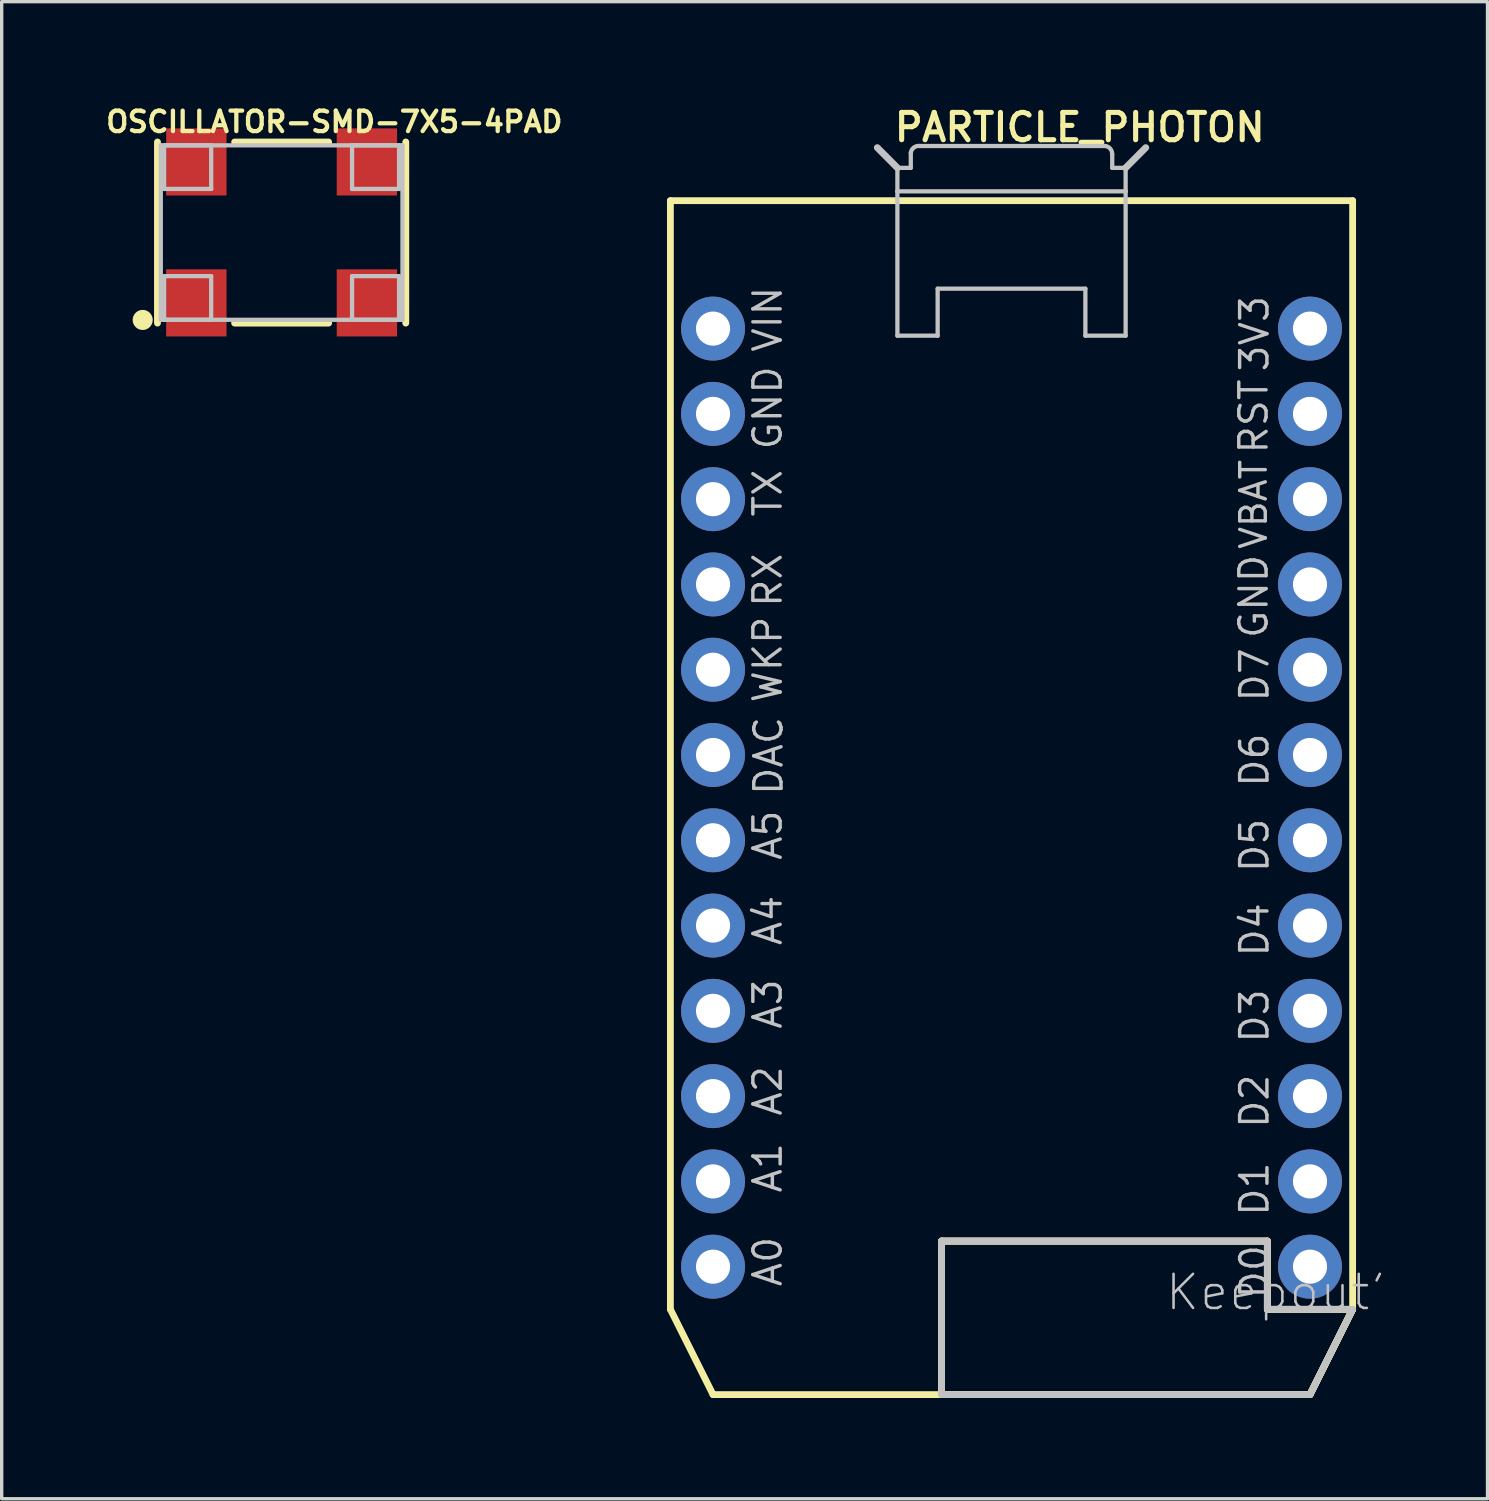
<source format=kicad_pcb>
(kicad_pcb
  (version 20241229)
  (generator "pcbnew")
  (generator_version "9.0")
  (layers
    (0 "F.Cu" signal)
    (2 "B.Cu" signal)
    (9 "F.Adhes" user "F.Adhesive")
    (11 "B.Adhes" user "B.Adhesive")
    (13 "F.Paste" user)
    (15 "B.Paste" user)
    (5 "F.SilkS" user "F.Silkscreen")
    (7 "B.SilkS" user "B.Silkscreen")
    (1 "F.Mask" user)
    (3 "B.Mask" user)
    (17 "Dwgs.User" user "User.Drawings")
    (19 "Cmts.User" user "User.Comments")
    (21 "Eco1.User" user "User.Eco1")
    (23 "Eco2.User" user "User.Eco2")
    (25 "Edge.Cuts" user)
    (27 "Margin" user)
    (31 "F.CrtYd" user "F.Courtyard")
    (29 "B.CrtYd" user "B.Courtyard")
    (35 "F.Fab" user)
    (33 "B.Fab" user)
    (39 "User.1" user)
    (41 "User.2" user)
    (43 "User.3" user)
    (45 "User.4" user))
  (footprint "PARTICLE_PHOTON"
    (layer "F.Cu")
    (at 27.077 20.707)
    (property "Reference" "PARTICLE_PHOTON" (at 2.032 -19.964 0) (layer "F.SilkS") (effects (font (size 0.813 0.813) (thickness 0.152))))
    (attr exclude_from_pos_files exclude_from_bom)
    (fp_line (start -10.16 -17.78) (end 10.16 -17.78) (stroke (width 0.203) (type solid)) (layer "F.SilkS"))
    (fp_line (start -10.16 15.24) (end -10.16 -17.78) (stroke (width 0.203) (type solid)) (layer "F.SilkS"))
    (fp_line (start -8.89 17.78) (end -10.16 15.24) (stroke (width 0.203) (type solid)) (layer "F.SilkS"))
    (fp_line (start -2.083 13.208) (end -2.083 17.78) (stroke (width 0.203) (type solid)) (layer "F.SilkS"))
    (fp_line (start -2.083 13.208) (end -2.083 17.78) (stroke (width 0.203) (type solid)) (layer "F.SilkS"))
    (fp_line (start -2.083 17.78) (end 8.89 17.78) (stroke (width 0.203) (type solid)) (layer "F.SilkS"))
    (fp_line (start -2.083 17.78) (end 8.89 17.78) (stroke (width 0.203) (type solid)) (layer "F.SilkS"))
    (fp_line (start 7.62 13.208) (end -2.083 13.208) (stroke (width 0.203) (type solid)) (layer "F.SilkS"))
    (fp_line (start 7.62 13.208) (end -2.083 13.208) (stroke (width 0.203) (type solid)) (layer "F.SilkS"))
    (fp_line (start 7.62 15.24) (end 7.62 13.208) (stroke (width 0.203) (type solid)) (layer "F.SilkS"))
    (fp_line (start 7.62 15.24) (end 7.62 13.208) (stroke (width 0.203) (type solid)) (layer "F.SilkS"))
    (fp_line (start 8.89 17.78) (end -8.89 17.78) (stroke (width 0.203) (type solid)) (layer "F.SilkS"))
    (fp_line (start 8.89 17.78) (end 10.16 15.24) (stroke (width 0.203) (type solid)) (layer "F.SilkS"))
    (fp_line (start 8.89 17.78) (end 10.16 15.24) (stroke (width 0.203) (type solid)) (layer "F.SilkS"))
    (fp_line (start 10.16 -17.78) (end 10.16 15.24) (stroke (width 0.203) (type solid)) (layer "F.SilkS"))
    (fp_line (start 10.16 15.24) (end 7.62 15.24) (stroke (width 0.203) (type solid)) (layer "F.SilkS"))
    (fp_line (start 10.16 15.24) (end 7.62 15.24) (stroke (width 0.203) (type solid)) (layer "F.SilkS"))
    (fp_line (start 10.16 15.24) (end 8.89 17.78) (stroke (width 0.203) (type solid)) (layer "F.SilkS"))
    (fp_line (start -3.399 -18.758) (end -3.998 -19.36) (stroke (width 0.203) (type solid)) (layer "Dwgs.User"))
    (fp_line (start -3.399 -18.059) (end -3.399 -18.758) (stroke (width 0.127) (type solid)) (layer "Dwgs.User"))
    (fp_line (start -3.399 -13.759) (end -3.399 -18.059) (stroke (width 0.127) (type solid)) (layer "Dwgs.User"))
    (fp_line (start -3.399 -13.759) (end -2.2 -13.759) (stroke (width 0.127) (type solid)) (layer "Dwgs.User"))
    (fp_line (start -3 -19.207) (end -3 -18.758) (stroke (width 0.127) (type solid)) (layer "Dwgs.User"))
    (fp_line (start -3 -18.758) (end -3.399 -18.758) (stroke (width 0.127) (type solid)) (layer "Dwgs.User"))
    (fp_line (start -2.2 -15.159) (end -2.2 -13.759) (stroke (width 0.127) (type solid)) (layer "Dwgs.User"))
    (fp_line (start -2.083 13.208) (end -2.083 17.78) (stroke (width 0.203) (type solid)) (layer "Dwgs.User"))
    (fp_line (start -2.083 17.78) (end 8.89 17.78) (stroke (width 0.203) (type solid)) (layer "Dwgs.User"))
    (fp_line (start 2.2 -15.159) (end -2.2 -15.159) (stroke (width 0.127) (type solid)) (layer "Dwgs.User"))
    (fp_line (start 2.2 -15.159) (end 2.2 -13.759) (stroke (width 0.127) (type solid)) (layer "Dwgs.User"))
    (fp_line (start 2.799 -19.408) (end -2.748 -19.408) (stroke (width 0.127) (type solid)) (layer "Dwgs.User"))
    (fp_line (start 3 -18.758) (end 3 -19.159) (stroke (width 0.127) (type solid)) (layer "Dwgs.User"))
    (fp_line (start 3.399 -18.758) (end 3 -18.758) (stroke (width 0.127) (type solid)) (layer "Dwgs.User"))
    (fp_line (start 3.399 -18.758) (end 3.399 -18.059) (stroke (width 0.127) (type solid)) (layer "Dwgs.User"))
    (fp_line (start 3.399 -18.758) (end 3.998 -19.36) (stroke (width 0.203) (type solid)) (layer "Dwgs.User"))
    (fp_line (start 3.399 -18.059) (end -3.399 -18.059) (stroke (width 0.127) (type solid)) (layer "Dwgs.User"))
    (fp_line (start 3.399 -18.059) (end 3.399 -13.759) (stroke (width 0.127) (type solid)) (layer "Dwgs.User"))
    (fp_line (start 3.399 -13.759) (end 2.2 -13.759) (stroke (width 0.127) (type solid)) (layer "Dwgs.User"))
    (fp_line (start 7.62 13.208) (end -2.083 13.208) (stroke (width 0.203) (type solid)) (layer "Dwgs.User"))
    (fp_line (start 7.62 15.24) (end 7.62 13.208) (stroke (width 0.203) (type solid)) (layer "Dwgs.User"))
    (fp_line (start 10.16 15.24) (end 7.62 15.24) (stroke (width 0.203) (type solid)) (layer "Dwgs.User"))
    (fp_line (start 10.16 15.24) (end 8.89 17.78) (stroke (width 0.203) (type solid)) (layer "Dwgs.User"))
    (fp_arc (start -2.99974 -19.20748) (mid -2.914465 -19.357069) (end -2.750764 -19.410461) (stroke (width 0.127) (type solid)) (layer "Dwgs.User"))
    (fp_arc (start 2.79908 -19.40814) (mid 2.946301 -19.321817) (end 2.997236 -19.158933) (stroke (width 0.127) (type solid)) (layer "Dwgs.User"))
    (fp_text user "A2" (at -7.262 8.735 90) (layer "Dwgs.User") (effects (font (size 0.813 0.813) (thickness 0.102))))
    (fp_text user "DAC" (at -7.236 -1.245 90) (layer "Dwgs.User") (effects (font (size 0.813 0.813) (thickness 0.102))))
    (fp_text user "D2" (at 7.236 9.042 270) (layer "Dwgs.User") (effects (font (size 0.813 0.813) (thickness 0.102))))
    (fp_text user "D5" (at 7.236 1.422 270) (layer "Dwgs.User") (effects (font (size 0.813 0.813) (thickness 0.102))))
    (fp_text user "D4" (at 7.236 3.937 270) (layer "Dwgs.User") (effects (font (size 0.813 0.813) (thickness 0.102))))
    (fp_text user "A5" (at -7.262 1.118 90) (layer "Dwgs.User") (effects (font (size 0.813 0.813) (thickness 0.102))))
    (fp_text user "A3" (at -7.262 6.147 90) (layer "Dwgs.User") (effects (font (size 0.813 0.813) (thickness 0.102))))
    (fp_text user "GND" (at 7.211 -5.994 270) (layer "Dwgs.User") (effects (font (size 0.813 0.813) (thickness 0.102))))
    (fp_text user "D7" (at 7.236 -3.658 270) (layer "Dwgs.User") (effects (font (size 0.813 0.813) (thickness 0.102))))
    (fp_text user "Keepout'" (at 7.874 14.732 0) (layer "Dwgs.User") (effects (font (size 1.016 1.016) (thickness 0.076))))
    (fp_text user "RST" (at 7.211 -11.354 270) (layer "Dwgs.User") (effects (font (size 0.813 0.813) (thickness 0.102))))
    (fp_text user "D3" (at 7.236 6.502 270) (layer "Dwgs.User") (effects (font (size 0.813 0.813) (thickness 0.102))))
    (fp_text user "TX" (at -7.262 -9.068 90) (layer "Dwgs.User") (effects (font (size 0.813 0.813) (thickness 0.102))))
    (fp_text user "D0" (at 7.236 14.122 270) (layer "Dwgs.User") (effects (font (size 0.813 0.813) (thickness 0.102))))
    (fp_text user "VBAT" (at 7.211 -8.735 270) (layer "Dwgs.User") (effects (font (size 0.762 0.762) (thickness 0.102))))
    (fp_text user "A1" (at -7.262 11.024 90) (layer "Dwgs.User") (effects (font (size 0.813 0.813) (thickness 0.102))))
    (fp_text user "RX" (at -7.262 -6.477 90) (layer "Dwgs.User") (effects (font (size 0.813 0.813) (thickness 0.102))))
    (fp_text user "A4" (at -7.262 3.658 90) (layer "Dwgs.User") (effects (font (size 0.813 0.813) (thickness 0.102))))
    (fp_text user "D6" (at 7.236 -1.118 270) (layer "Dwgs.User") (effects (font (size 0.813 0.813) (thickness 0.102))))
    (fp_text user "D1" (at 7.236 11.659 270) (layer "Dwgs.User") (effects (font (size 0.813 0.813) (thickness 0.102))))
    (fp_text user "3V3" (at 7.236 -13.818 270) (layer "Dwgs.User") (effects (font (size 0.813 0.813) (thickness 0.102))))
    (fp_text user "VIN" (at -7.262 -14.249 90) (layer "Dwgs.User") (effects (font (size 0.813 0.813) (thickness 0.102))))
    (fp_text user "A0" (at -7.262 13.818 90) (layer "Dwgs.User") (effects (font (size 0.813 0.813) (thickness 0.102))))
    (fp_text user "WKP" (at -7.262 -4.115 90) (layer "Dwgs.User") (effects (font (size 0.813 0.813) (thickness 0.102))))
    (fp_text user "GND" (at -7.262 -11.608 90) (layer "Dwgs.User") (effects (font (size 0.813 0.813) (thickness 0.102))))
    (pad "1" thru_hole circle (at -8.89 -13.97) (size 1.905 1.905) (drill 1.016) (layers "*.Cu" "*.Paste" "*.Mask"))
    (pad "2" thru_hole circle (at -8.89 -11.43) (size 1.905 1.905) (drill 1.016) (layers "*.Cu" "*.Paste" "*.Mask"))
    (pad "3" thru_hole circle (at -8.89 -8.89) (size 1.905 1.905) (drill 1.016) (layers "*.Cu" "*.Paste" "*.Mask"))
    (pad "4" thru_hole circle (at -8.89 -6.35) (size 1.905 1.905) (drill 1.016) (layers "*.Cu" "*.Paste" "*.Mask"))
    (pad "5" thru_hole circle (at -8.89 -3.81) (size 1.905 1.905) (drill 1.016) (layers "*.Cu" "*.Paste" "*.Mask"))
    (pad "6" thru_hole circle (at -8.89 -1.27) (size 1.905 1.905) (drill 1.016) (layers "*.Cu" "*.Paste" "*.Mask"))
    (pad "7" thru_hole circle (at -8.89 1.27) (size 1.905 1.905) (drill 1.016) (layers "*.Cu" "*.Paste" "*.Mask"))
    (pad "8" thru_hole circle (at -8.89 3.81) (size 1.905 1.905) (drill 1.016) (layers "*.Cu" "*.Paste" "*.Mask"))
    (pad "9" thru_hole circle (at -8.89 6.35) (size 1.905 1.905) (drill 1.016) (layers "*.Cu" "*.Paste" "*.Mask"))
    (pad "10" thru_hole circle (at -8.89 8.89) (size 1.905 1.905) (drill 1.016) (layers "*.Cu" "*.Paste" "*.Mask"))
    (pad "11" thru_hole circle (at -8.89 11.43) (size 1.905 1.905) (drill 1.016) (layers "*.Cu" "*.Paste" "*.Mask"))
    (pad "12" thru_hole circle (at -8.89 13.97) (size 1.905 1.905) (drill 1.016) (layers "*.Cu" "*.Paste" "*.Mask"))
    (pad "13" thru_hole circle (at 8.89 13.97) (size 1.905 1.905) (drill 1.016) (layers "*.Cu" "*.Paste" "*.Mask"))
    (pad "14" thru_hole circle (at 8.89 11.43) (size 1.905 1.905) (drill 1.016) (layers "*.Cu" "*.Paste" "*.Mask"))
    (pad "15" thru_hole circle (at 8.89 8.89) (size 1.905 1.905) (drill 1.016) (layers "*.Cu" "*.Paste" "*.Mask"))
    (pad "16" thru_hole circle (at 8.89 6.35) (size 1.905 1.905) (drill 1.016) (layers "*.Cu" "*.Paste" "*.Mask"))
    (pad "17" thru_hole circle (at 8.89 3.81) (size 1.905 1.905) (drill 1.016) (layers "*.Cu" "*.Paste" "*.Mask"))
    (pad "18" thru_hole circle (at 8.89 1.27) (size 1.905 1.905) (drill 1.016) (layers "*.Cu" "*.Paste" "*.Mask"))
    (pad "19" thru_hole circle (at 8.89 -1.27) (size 1.905 1.905) (drill 1.016) (layers "*.Cu" "*.Paste" "*.Mask"))
    (pad "20" thru_hole circle (at 8.89 -3.81) (size 1.905 1.905) (drill 1.016) (layers "*.Cu" "*.Paste" "*.Mask"))
    (pad "21" thru_hole circle (at 8.89 -6.35) (size 1.905 1.905) (drill 1.016) (layers "*.Cu" "*.Paste" "*.Mask"))
    (pad "22" thru_hole circle (at 8.89 -8.89) (size 1.905 1.905) (drill 1.016) (layers "*.Cu" "*.Paste" "*.Mask"))
    (pad "23" thru_hole circle (at 8.89 -11.43) (size 1.905 1.905) (drill 1.016) (layers "*.Cu" "*.Paste" "*.Mask"))
    (pad "24" thru_hole circle (at 8.89 -13.97) (size 1.905 1.905) (drill 1.016) (layers "*.Cu" "*.Paste" "*.Mask")))
  (footprint "OSCILLATOR-SMD-7X5-4PAD"
    (layer "F.Cu")
    (at 5.338 3.876)
    (property "Reference" "OSCILLATOR-SMD-7X5-4PAD" (at 1.57 -3.297 0) (layer "F.SilkS") (effects (font (size 0.61 0.61) (thickness 0.127))))
    (attr smd)
    (fp_line (start -3.698 -2.697) (end -3.698 2.697) (stroke (width 0.203) (type solid)) (layer "F.SilkS"))
    (fp_line (start -1.4 2.697) (end 1.4 2.697) (stroke (width 0.203) (type solid)) (layer "F.SilkS"))
    (fp_line (start 1.4 -2.697) (end -1.4 -2.697) (stroke (width 0.203) (type solid)) (layer "F.SilkS"))
    (fp_line (start 3.698 2.697) (end 3.698 -2.697) (stroke (width 0.203) (type solid)) (layer "F.SilkS"))
    (fp_circle (center -4.138 2.603) (end -4.138 2.304) (stroke (width 0) (type solid)) (fill yes) (layer "F.SilkS"))
    (fp_line (start -3.599 -2.598) (end -3.599 2.598) (stroke (width 0.127) (type solid)) (layer "Dwgs.User"))
    (fp_line (start -3.599 2.598) (end 3.599 2.598) (stroke (width 0.127) (type solid)) (layer "Dwgs.User"))
    (fp_line (start -3.498 -2.598) (end -2.098 -2.598) (stroke (width 0.127) (type solid)) (layer "Dwgs.User"))
    (fp_line (start -3.498 -1.298) (end -3.498 -2.598) (stroke (width 0.127) (type solid)) (layer "Dwgs.User"))
    (fp_line (start -3.498 1.298) (end -3.498 2.598) (stroke (width 0.127) (type solid)) (layer "Dwgs.User"))
    (fp_line (start -3.498 2.598) (end -2.098 2.598) (stroke (width 0.127) (type solid)) (layer "Dwgs.User"))
    (fp_line (start -2.098 -2.598) (end -2.098 -1.298) (stroke (width 0.127) (type solid)) (layer "Dwgs.User"))
    (fp_line (start -2.098 -1.298) (end -3.498 -1.298) (stroke (width 0.127) (type solid)) (layer "Dwgs.User"))
    (fp_line (start -2.098 1.298) (end -3.498 1.298) (stroke (width 0.127) (type solid)) (layer "Dwgs.User"))
    (fp_line (start -2.098 2.598) (end -2.098 1.298) (stroke (width 0.127) (type solid)) (layer "Dwgs.User"))
    (fp_line (start 2.098 -2.598) (end 2.098 -1.298) (stroke (width 0.127) (type solid)) (layer "Dwgs.User"))
    (fp_line (start 2.098 -1.298) (end 3.498 -1.298) (stroke (width 0.127) (type solid)) (layer "Dwgs.User"))
    (fp_line (start 2.098 1.298) (end 3.498 1.298) (stroke (width 0.127) (type solid)) (layer "Dwgs.User"))
    (fp_line (start 2.098 2.598) (end 2.098 1.298) (stroke (width 0.127) (type solid)) (layer "Dwgs.User"))
    (fp_line (start 3.498 -2.598) (end 2.098 -2.598) (stroke (width 0.127) (type solid)) (layer "Dwgs.User"))
    (fp_line (start 3.498 -1.298) (end 3.498 -2.598) (stroke (width 0.127) (type solid)) (layer "Dwgs.User"))
    (fp_line (start 3.498 1.298) (end 3.498 2.598) (stroke (width 0.127) (type solid)) (layer "Dwgs.User"))
    (fp_line (start 3.498 2.598) (end 2.098 2.598) (stroke (width 0.127) (type solid)) (layer "Dwgs.User"))
    (fp_line (start 3.599 -2.598) (end -3.599 -2.598) (stroke (width 0.127) (type solid)) (layer "Dwgs.User"))
    (fp_line (start 3.599 2.598) (end 3.599 -2.598) (stroke (width 0.127) (type solid)) (layer "Dwgs.User"))
    (pad "1" smd rect (at -2.54 2.095 90) (size 1.999 1.798) (layers "F.Cu" "F.Mask" "F.Paste"))
    (pad "2" smd rect (at 2.54 2.095 90) (size 1.999 1.798) (layers "F.Cu" "F.Mask" "F.Paste"))
    (pad "3" smd rect (at 2.54 -2.103 90) (size 1.999 1.798) (layers "F.Cu" "F.Mask" "F.Paste"))
    (pad "4" smd rect (at -2.54 -2.103 90) (size 1.999 1.798) (layers "F.Cu" "F.Mask" "F.Paste")))
  (gr_rect
    (start -3 -3)
    (end 41.254 41.589)
    (stroke (width 0.1) (type default))
    (fill no)
    (layer "Edge.Cuts")))
</source>
